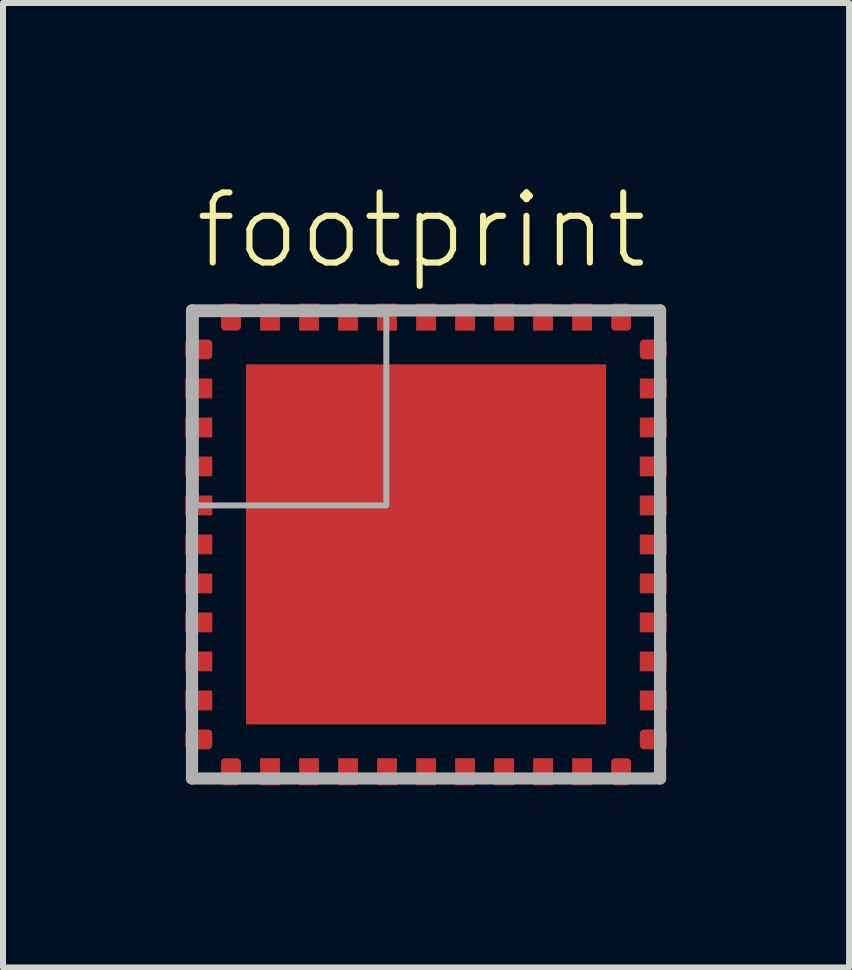
<source format=kicad_pcb>
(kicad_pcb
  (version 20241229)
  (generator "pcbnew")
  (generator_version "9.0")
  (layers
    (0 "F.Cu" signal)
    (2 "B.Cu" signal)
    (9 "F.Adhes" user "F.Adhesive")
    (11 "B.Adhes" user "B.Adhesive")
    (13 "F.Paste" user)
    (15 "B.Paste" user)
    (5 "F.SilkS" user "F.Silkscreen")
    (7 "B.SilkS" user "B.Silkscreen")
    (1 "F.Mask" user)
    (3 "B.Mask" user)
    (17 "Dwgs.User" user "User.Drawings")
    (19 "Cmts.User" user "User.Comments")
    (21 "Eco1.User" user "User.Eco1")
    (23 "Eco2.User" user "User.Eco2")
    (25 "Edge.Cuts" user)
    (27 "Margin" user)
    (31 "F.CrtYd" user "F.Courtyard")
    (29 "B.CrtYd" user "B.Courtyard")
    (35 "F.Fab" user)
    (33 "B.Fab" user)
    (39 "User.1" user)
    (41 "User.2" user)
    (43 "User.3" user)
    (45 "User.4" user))
  (footprint "footprint"
    (layer "F.Cu")
    (at 4.05 6.023)
    (property "Reference" "footprint" (at -3.9 -4.55 0) (layer "F.SilkS") (effects (font (size 1.168 1.168) (thickness 0.102)) (justify left bottom)))
    (fp_poly (pts (xy -4.05 -3.05) (xy -3.525 -3.05) (xy -3.525 -3.45) (xy -4.05 -3.45)) (stroke (width 0) (type solid)) (fill yes) (layer "F.Mask"))
    (fp_poly (pts (xy -4.05 -2.4) (xy -3.525 -2.4) (xy -3.525 -2.8) (xy -4.05 -2.8)) (stroke (width 0) (type solid)) (fill yes) (layer "F.Mask"))
    (fp_poly (pts (xy -4.05 -1.75) (xy -3.525 -1.75) (xy -3.525 -2.15) (xy -4.05 -2.15)) (stroke (width 0) (type solid)) (fill yes) (layer "F.Mask"))
    (fp_poly (pts (xy -4.05 -1.1) (xy -3.525 -1.1) (xy -3.525 -1.5) (xy -4.05 -1.5)) (stroke (width 0) (type solid)) (fill yes) (layer "F.Mask"))
    (fp_poly (pts (xy -4.05 -0.45) (xy -3.525 -0.45) (xy -3.525 -0.85) (xy -4.05 -0.85)) (stroke (width 0) (type solid)) (fill yes) (layer "F.Mask"))
    (fp_poly (pts (xy -4.05 0.2) (xy -3.525 0.2) (xy -3.525 -0.2) (xy -4.05 -0.2)) (stroke (width 0) (type solid)) (fill yes) (layer "F.Mask"))
    (fp_poly (pts (xy -4.05 0.85) (xy -3.525 0.85) (xy -3.525 0.45) (xy -4.05 0.45)) (stroke (width 0) (type solid)) (fill yes) (layer "F.Mask"))
    (fp_poly (pts (xy -4.05 1.5) (xy -3.525 1.5) (xy -3.525 1.1) (xy -4.05 1.1)) (stroke (width 0) (type solid)) (fill yes) (layer "F.Mask"))
    (fp_poly (pts (xy -4.05 2.15) (xy -3.525 2.15) (xy -3.525 1.75) (xy -4.05 1.75)) (stroke (width 0) (type solid)) (fill yes) (layer "F.Mask"))
    (fp_poly (pts (xy -4.05 2.8) (xy -3.525 2.8) (xy -3.525 2.4) (xy -4.05 2.4)) (stroke (width 0) (type solid)) (fill yes) (layer "F.Mask"))
    (fp_poly (pts (xy -4.05 3.45) (xy -3.525 3.45) (xy -3.525 3.05) (xy -4.05 3.05)) (stroke (width 0) (type solid)) (fill yes) (layer "F.Mask"))
    (fp_poly (pts (xy -3.45 -4.05) (xy -3.45 -3.525) (xy -3.05 -3.525) (xy -3.05 -4.05)) (stroke (width 0) (type solid)) (fill yes) (layer "F.Mask"))
    (fp_poly (pts (xy -3.05 4.05) (xy -3.05 3.525) (xy -3.45 3.525) (xy -3.45 4.05)) (stroke (width 0) (type solid)) (fill yes) (layer "F.Mask"))
    (fp_poly (pts (xy -2.962 2.962) (xy 2.962 2.962) (xy 2.962 -2.962) (xy -2.962 -2.962)) (stroke (width 0) (type solid)) (fill yes) (layer "F.Mask"))
    (fp_poly (pts (xy -2.8 -4.05) (xy -2.8 -3.525) (xy -2.4 -3.525) (xy -2.4 -4.05)) (stroke (width 0) (type solid)) (fill yes) (layer "F.Mask"))
    (fp_poly (pts (xy -2.4 4.05) (xy -2.4 3.525) (xy -2.8 3.525) (xy -2.8 4.05)) (stroke (width 0) (type solid)) (fill yes) (layer "F.Mask"))
    (fp_poly (pts (xy -2.15 -4.05) (xy -2.15 -3.525) (xy -1.75 -3.525) (xy -1.75 -4.05)) (stroke (width 0) (type solid)) (fill yes) (layer "F.Mask"))
    (fp_poly (pts (xy -1.75 4.05) (xy -1.75 3.525) (xy -2.15 3.525) (xy -2.15 4.05)) (stroke (width 0) (type solid)) (fill yes) (layer "F.Mask"))
    (fp_poly (pts (xy -1.5 -4.05) (xy -1.5 -3.525) (xy -1.1 -3.525) (xy -1.1 -4.05)) (stroke (width 0) (type solid)) (fill yes) (layer "F.Mask"))
    (fp_poly (pts (xy -1.1 4.05) (xy -1.1 3.525) (xy -1.5 3.525) (xy -1.5 4.05)) (stroke (width 0) (type solid)) (fill yes) (layer "F.Mask"))
    (fp_poly (pts (xy -0.85 -4.05) (xy -0.85 -3.525) (xy -0.45 -3.525) (xy -0.45 -4.05)) (stroke (width 0) (type solid)) (fill yes) (layer "F.Mask"))
    (fp_poly (pts (xy -0.45 4.05) (xy -0.45 3.525) (xy -0.85 3.525) (xy -0.85 4.05)) (stroke (width 0) (type solid)) (fill yes) (layer "F.Mask"))
    (fp_poly (pts (xy -0.2 -4.05) (xy -0.2 -3.525) (xy 0.2 -3.525) (xy 0.2 -4.05)) (stroke (width 0) (type solid)) (fill yes) (layer "F.Mask"))
    (fp_poly (pts (xy 0.2 4.05) (xy 0.2 3.525) (xy -0.2 3.525) (xy -0.2 4.05)) (stroke (width 0) (type solid)) (fill yes) (layer "F.Mask"))
    (fp_poly (pts (xy 0.45 -4.05) (xy 0.45 -3.525) (xy 0.85 -3.525) (xy 0.85 -4.05)) (stroke (width 0) (type solid)) (fill yes) (layer "F.Mask"))
    (fp_poly (pts (xy 0.85 4.05) (xy 0.85 3.525) (xy 0.45 3.525) (xy 0.45 4.05)) (stroke (width 0) (type solid)) (fill yes) (layer "F.Mask"))
    (fp_poly (pts (xy 1.1 -4.05) (xy 1.1 -3.525) (xy 1.5 -3.525) (xy 1.5 -4.05)) (stroke (width 0) (type solid)) (fill yes) (layer "F.Mask"))
    (fp_poly (pts (xy 1.5 4.05) (xy 1.5 3.525) (xy 1.1 3.525) (xy 1.1 4.05)) (stroke (width 0) (type solid)) (fill yes) (layer "F.Mask"))
    (fp_poly (pts (xy 1.75 -4.05) (xy 1.75 -3.525) (xy 2.15 -3.525) (xy 2.15 -4.05)) (stroke (width 0) (type solid)) (fill yes) (layer "F.Mask"))
    (fp_poly (pts (xy 2.15 4.05) (xy 2.15 3.525) (xy 1.75 3.525) (xy 1.75 4.05)) (stroke (width 0) (type solid)) (fill yes) (layer "F.Mask"))
    (fp_poly (pts (xy 2.4 -4.05) (xy 2.4 -3.525) (xy 2.8 -3.525) (xy 2.8 -4.05)) (stroke (width 0) (type solid)) (fill yes) (layer "F.Mask"))
    (fp_poly (pts (xy 2.8 4.05) (xy 2.8 3.525) (xy 2.4 3.525) (xy 2.4 4.05)) (stroke (width 0) (type solid)) (fill yes) (layer "F.Mask"))
    (fp_poly (pts (xy 3.05 -4.05) (xy 3.05 -3.525) (xy 3.45 -3.525) (xy 3.45 -4.05)) (stroke (width 0) (type solid)) (fill yes) (layer "F.Mask"))
    (fp_poly (pts (xy 3.45 4.05) (xy 3.45 3.525) (xy 3.05 3.525) (xy 3.05 4.05)) (stroke (width 0) (type solid)) (fill yes) (layer "F.Mask"))
    (fp_poly (pts (xy 4.05 -3.45) (xy 3.525 -3.45) (xy 3.525 -3.05) (xy 4.05 -3.05)) (stroke (width 0) (type solid)) (fill yes) (layer "F.Mask"))
    (fp_poly (pts (xy 4.05 -2.8) (xy 3.525 -2.8) (xy 3.525 -2.4) (xy 4.05 -2.4)) (stroke (width 0) (type solid)) (fill yes) (layer "F.Mask"))
    (fp_poly (pts (xy 4.05 -2.15) (xy 3.525 -2.15) (xy 3.525 -1.75) (xy 4.05 -1.75)) (stroke (width 0) (type solid)) (fill yes) (layer "F.Mask"))
    (fp_poly (pts (xy 4.05 -1.5) (xy 3.525 -1.5) (xy 3.525 -1.1) (xy 4.05 -1.1)) (stroke (width 0) (type solid)) (fill yes) (layer "F.Mask"))
    (fp_poly (pts (xy 4.05 -0.85) (xy 3.525 -0.85) (xy 3.525 -0.45) (xy 4.05 -0.45)) (stroke (width 0) (type solid)) (fill yes) (layer "F.Mask"))
    (fp_poly (pts (xy 4.05 -0.2) (xy 3.525 -0.2) (xy 3.525 0.2) (xy 4.05 0.2)) (stroke (width 0) (type solid)) (fill yes) (layer "F.Mask"))
    (fp_poly (pts (xy 4.05 0.45) (xy 3.525 0.45) (xy 3.525 0.85) (xy 4.05 0.85)) (stroke (width 0) (type solid)) (fill yes) (layer "F.Mask"))
    (fp_poly (pts (xy 4.05 1.1) (xy 3.525 1.1) (xy 3.525 1.5) (xy 4.05 1.5)) (stroke (width 0) (type solid)) (fill yes) (layer "F.Mask"))
    (fp_poly (pts (xy 4.05 1.75) (xy 3.525 1.75) (xy 3.525 2.15) (xy 4.05 2.15)) (stroke (width 0) (type solid)) (fill yes) (layer "F.Mask"))
    (fp_poly (pts (xy 4.05 2.4) (xy 3.525 2.4) (xy 3.525 2.8) (xy 4.05 2.8)) (stroke (width 0) (type solid)) (fill yes) (layer "F.Mask"))
    (fp_poly (pts (xy 4.05 3.05) (xy 3.525 3.05) (xy 3.525 3.45) (xy 4.05 3.45)) (stroke (width 0) (type solid)) (fill yes) (layer "F.Mask"))
    (fp_line (start -3.9 -3.9) (end -3.9 3.9) (stroke (width 0.203) (type solid)) (layer "F.Fab"))
    (fp_line (start -3.9 3.9) (end 3.9 3.9) (stroke (width 0.203) (type solid)) (layer "F.Fab"))
    (fp_line (start 3.9 -3.9) (end -3.9 -3.9) (stroke (width 0.203) (type solid)) (layer "F.Fab"))
    (fp_line (start 3.9 3.9) (end 3.9 -3.9) (stroke (width 0.203) (type solid)) (layer "F.Fab"))
    (fp_poly (pts (xy -3.837 -0.65) (xy -0.662 -0.65) (xy -0.662 -3.837) (xy -3.837 -3.837)) (stroke (width 0.1) (type solid)) (fill no) (layer "F.Fab"))
    (pad "1" smd roundrect (at -3.788 -3.25) (size 0.45 0.33) (layers "F.Cu" "F.Paste") (roundrect_rratio 0.2))
    (pad "2" smd rect (at -3.788 -2.6) (size 0.45 0.33) (layers "F.Cu" "F.Paste"))
    (pad "3" smd rect (at -3.788 -1.95) (size 0.45 0.33) (layers "F.Cu" "F.Paste"))
    (pad "4" smd rect (at -3.788 -1.3) (size 0.45 0.33) (layers "F.Cu" "F.Paste"))
    (pad "5" smd rect (at -3.788 -0.65) (size 0.45 0.33) (layers "F.Cu" "F.Paste"))
    (pad "6" smd rect (at -3.788 0) (size 0.45 0.33) (layers "F.Cu" "F.Paste"))
    (pad "7" smd rect (at -3.788 0.65) (size 0.45 0.33) (layers "F.Cu" "F.Paste"))
    (pad "8" smd rect (at -3.788 1.3) (size 0.45 0.33) (layers "F.Cu" "F.Paste"))
    (pad "9" smd rect (at -3.788 1.95) (size 0.45 0.33) (layers "F.Cu" "F.Paste"))
    (pad "10" smd rect (at -3.788 2.6) (size 0.45 0.33) (layers "F.Cu" "F.Paste"))
    (pad "11" smd roundrect (at -3.788 3.25) (size 0.45 0.33) (layers "F.Cu" "F.Paste") (roundrect_rratio 0.2))
    (pad "12" smd roundrect (at -3.25 3.788 90) (size 0.45 0.33) (layers "F.Cu" "F.Paste") (roundrect_rratio 0.2))
    (pad "13" smd rect (at -2.6 3.788 90) (size 0.45 0.33) (layers "F.Cu" "F.Paste"))
    (pad "14" smd rect (at -1.95 3.788 90) (size 0.45 0.33) (layers "F.Cu" "F.Paste"))
    (pad "15" smd rect (at -1.3 3.788 90) (size 0.45 0.33) (layers "F.Cu" "F.Paste"))
    (pad "16" smd rect (at -0.65 3.788 90) (size 0.45 0.33) (layers "F.Cu" "F.Paste"))
    (pad "17" smd rect (at 0 3.788 90) (size 0.45 0.33) (layers "F.Cu" "F.Paste"))
    (pad "18" smd rect (at 0.65 3.788 90) (size 0.45 0.33) (layers "F.Cu" "F.Paste"))
    (pad "19" smd rect (at 1.3 3.788 90) (size 0.45 0.33) (layers "F.Cu" "F.Paste"))
    (pad "20" smd rect (at 1.95 3.788 90) (size 0.45 0.33) (layers "F.Cu" "F.Paste"))
    (pad "21" smd rect (at 2.6 3.788 90) (size 0.45 0.33) (layers "F.Cu" "F.Paste"))
    (pad "22" smd roundrect (at 3.25 3.788 90) (size 0.45 0.33) (layers "F.Cu" "F.Paste") (roundrect_rratio 0.2))
    (pad "23" smd roundrect (at 3.788 3.25 180) (size 0.45 0.33) (layers "F.Cu" "F.Paste") (roundrect_rratio 0.2))
    (pad "24" smd rect (at 3.788 2.6 180) (size 0.45 0.33) (layers "F.Cu" "F.Paste"))
    (pad "25" smd rect (at 3.788 1.95 180) (size 0.45 0.33) (layers "F.Cu" "F.Paste"))
    (pad "26" smd rect (at 3.788 1.3 180) (size 0.45 0.33) (layers "F.Cu" "F.Paste"))
    (pad "27" smd rect (at 3.788 0.65 180) (size 0.45 0.33) (layers "F.Cu" "F.Paste"))
    (pad "28" smd rect (at 3.788 0 180) (size 0.45 0.33) (layers "F.Cu" "F.Paste"))
    (pad "29" smd rect (at 3.788 -0.65 180) (size 0.45 0.33) (layers "F.Cu" "F.Paste"))
    (pad "30" smd rect (at 3.788 -1.3 180) (size 0.45 0.33) (layers "F.Cu" "F.Paste"))
    (pad "31" smd rect (at 3.788 -1.95 180) (size 0.45 0.33) (layers "F.Cu" "F.Paste"))
    (pad "32" smd rect (at 3.788 -2.6 180) (size 0.45 0.33) (layers "F.Cu" "F.Paste"))
    (pad "33" smd roundrect (at 3.788 -3.25 180) (size 0.45 0.33) (layers "F.Cu" "F.Paste") (roundrect_rratio 0.2))
    (pad "34" smd roundrect (at 3.25 -3.788 270) (size 0.45 0.33) (layers "F.Cu" "F.Paste") (roundrect_rratio 0.2))
    (pad "35" smd rect (at 2.6 -3.788 270) (size 0.45 0.33) (layers "F.Cu" "F.Paste"))
    (pad "36" smd rect (at 1.95 -3.788 270) (size 0.45 0.33) (layers "F.Cu" "F.Paste"))
    (pad "37" smd rect (at 1.3 -3.788 270) (size 0.45 0.33) (layers "F.Cu" "F.Paste"))
    (pad "38" smd rect (at 0.65 -3.788 270) (size 0.45 0.33) (layers "F.Cu" "F.Paste"))
    (pad "39" smd rect (at 0 -3.788 270) (size 0.45 0.33) (layers "F.Cu" "F.Paste"))
    (pad "40" smd rect (at -0.65 -3.788 270) (size 0.45 0.33) (layers "F.Cu" "F.Paste"))
    (pad "41" smd rect (at -1.3 -3.788 270) (size 0.45 0.33) (layers "F.Cu" "F.Paste"))
    (pad "42" smd rect (at -1.95 -3.788 270) (size 0.45 0.33) (layers "F.Cu" "F.Paste"))
    (pad "43" smd rect (at -2.6 -3.788 270) (size 0.45 0.33) (layers "F.Cu" "F.Paste"))
    (pad "44" smd roundrect (at -3.25 -3.788 270) (size 0.45 0.33) (layers "F.Cu" "F.Paste") (roundrect_rratio 0.2))
    (pad "EXP" smd rect (at 0 0) (size 6 6) (layers "F.Cu" "F.Paste")))
  (gr_rect
    (start -3 -3)
    (end 11.1 13.073)
    (stroke (width 0.1) (type default))
    (fill no)
    (layer "Edge.Cuts")))
</source>
